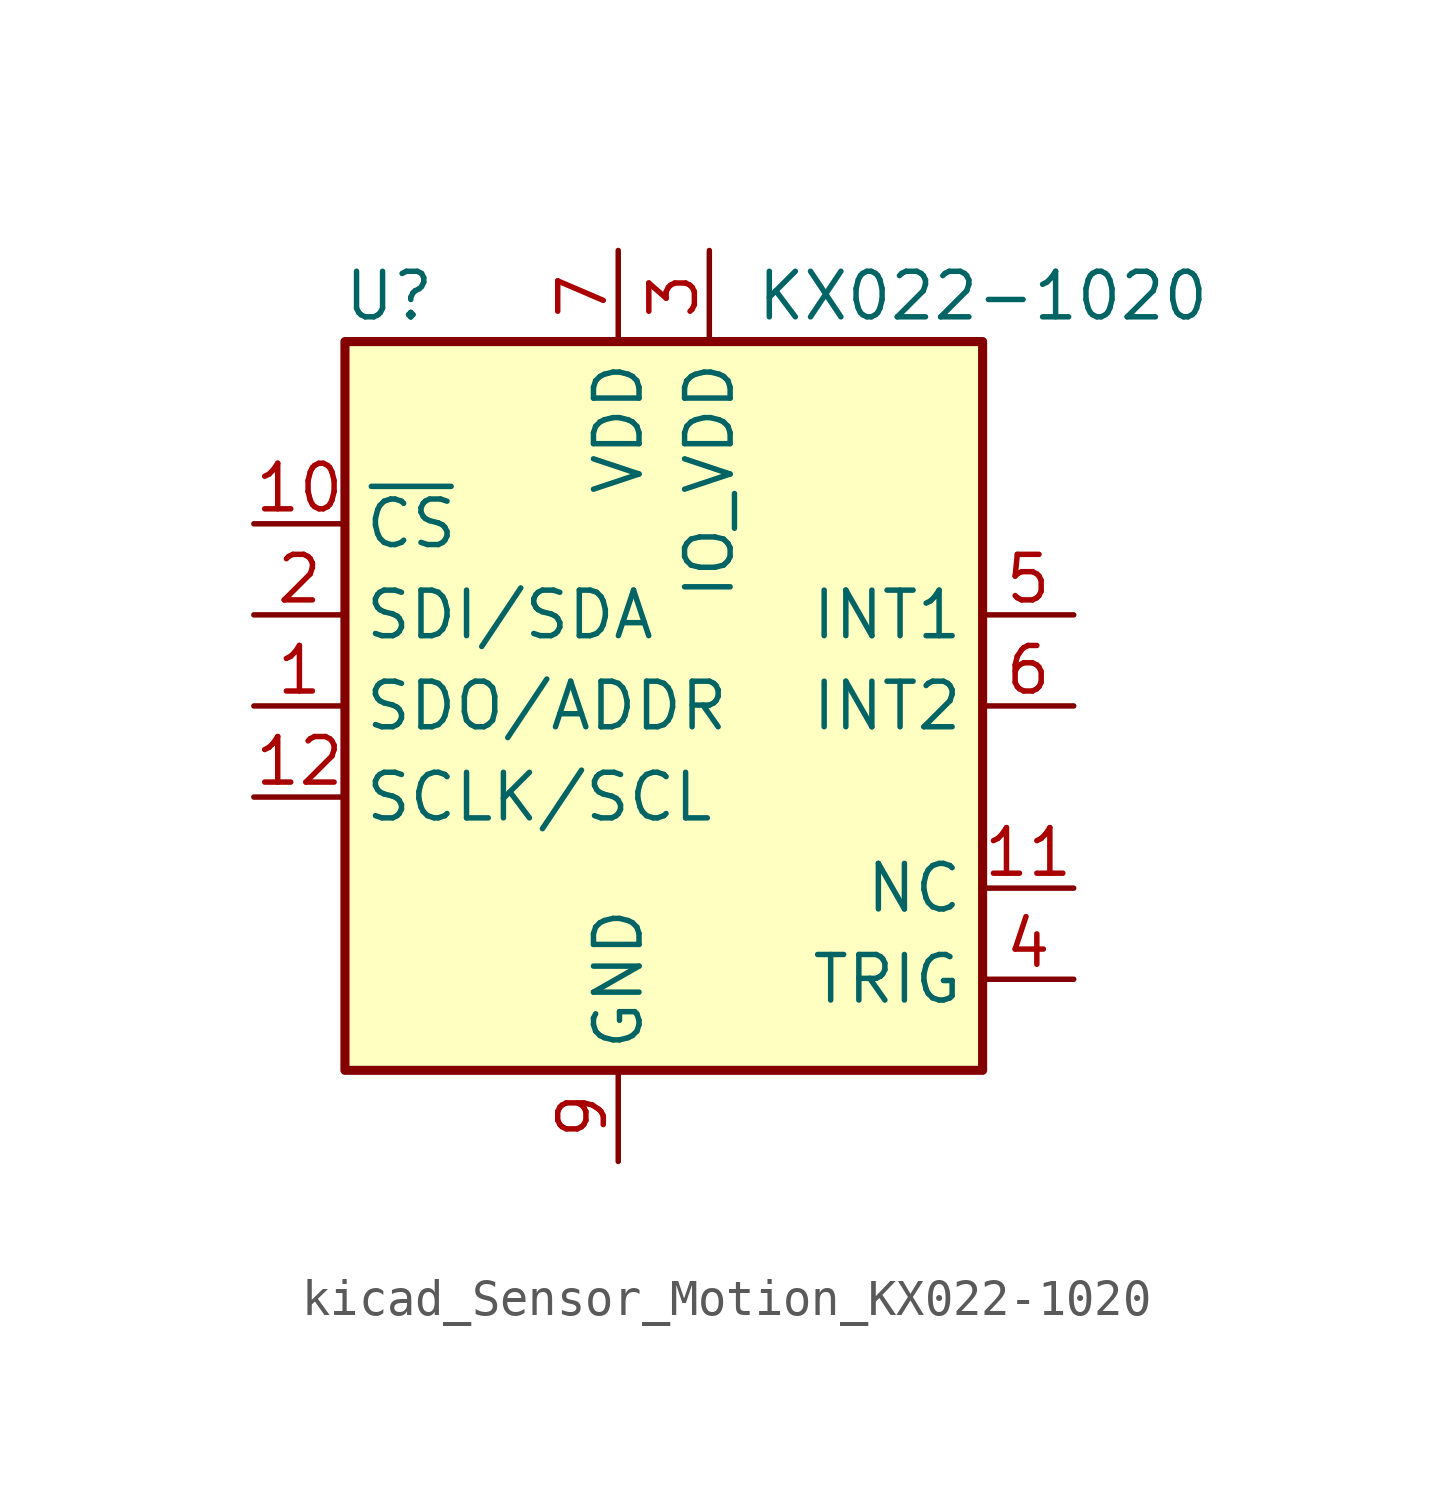
<source format=kicad_sym>
(kicad_symbol_lib
  (version 20220914)
  (generator kicad_symbol_editor)
  (symbol "kicad_Sensor_Motion_KX022-1020"
    (property "Reference" "U"
      (at -5.08 11.43 0)
      (effects (font (size 1.27 1.27)) (justify right)))
    (property "Value" "KX022-1020"
      (at 3.81 11.43 0)
      (effects (font (size 1.27 1.27)) (justify left)))
    (symbol "kicad_Sensor_Motion_KX022-1020_0_1"
      (rectangle (start -7.62 10.16) (end 10.16 -10.16) (stroke (width 0.254) (type default)) (fill (type background))))
    (symbol "kicad_Sensor_Motion_KX022-1020_1_1"
      (pin bidirectional line (at -10.16 0 0) (length 2.54) (name "SDO/ADDR" (effects (font (size 1.27 1.27)))) (number "1" (effects (font (size 1.27 1.27)))))
      (pin input line (at -10.16 5.08 0) (length 2.54) (name "~{CS}" (effects (font (size 1.27 1.27)))) (number "10" (effects (font (size 1.27 1.27)))))
      (pin passive line (at 12.7 -5.08 180) (length 2.54) (name "NC" (effects (font (size 1.27 1.27)))) (number "11" (effects (font (size 1.27 1.27)))))
      (pin input line (at -10.16 -2.54 0) (length 2.54) (name "SCLK/SCL" (effects (font (size 1.27 1.27)))) (number "12" (effects (font (size 1.27 1.27)))))
      (pin bidirectional line (at -10.16 2.54 0) (length 2.54) (name "SDI/SDA" (effects (font (size 1.27 1.27)))) (number "2" (effects (font (size 1.27 1.27)))))
      (pin power_in line (at 2.54 12.7 270) (length 2.54) (name "IO_VDD" (effects (font (size 1.27 1.27)))) (number "3" (effects (font (size 1.27 1.27)))))
      (pin input line (at 12.7 -7.62 180) (length 2.54) (name "TRIG" (effects (font (size 1.27 1.27)))) (number "4" (effects (font (size 1.27 1.27)))))
      (pin output line (at 12.7 2.54 180) (length 2.54) (name "INT1" (effects (font (size 1.27 1.27)))) (number "5" (effects (font (size 1.27 1.27)))))
      (pin output line (at 12.7 0 180) (length 2.54) (name "INT2" (effects (font (size 1.27 1.27)))) (number "6" (effects (font (size 1.27 1.27)))))
      (pin power_in line (at 0 12.7 270) (length 2.54) (name "VDD" (effects (font (size 1.27 1.27)))) (number "7" (effects (font (size 1.27 1.27)))))
      (pin power_in line (at 0 -12.7 90) (length 2.54) (name "GND" (effects (font (size 1.27 1.27)))) (number "9" (effects (font (size 1.27 1.27))))))))
</source>
